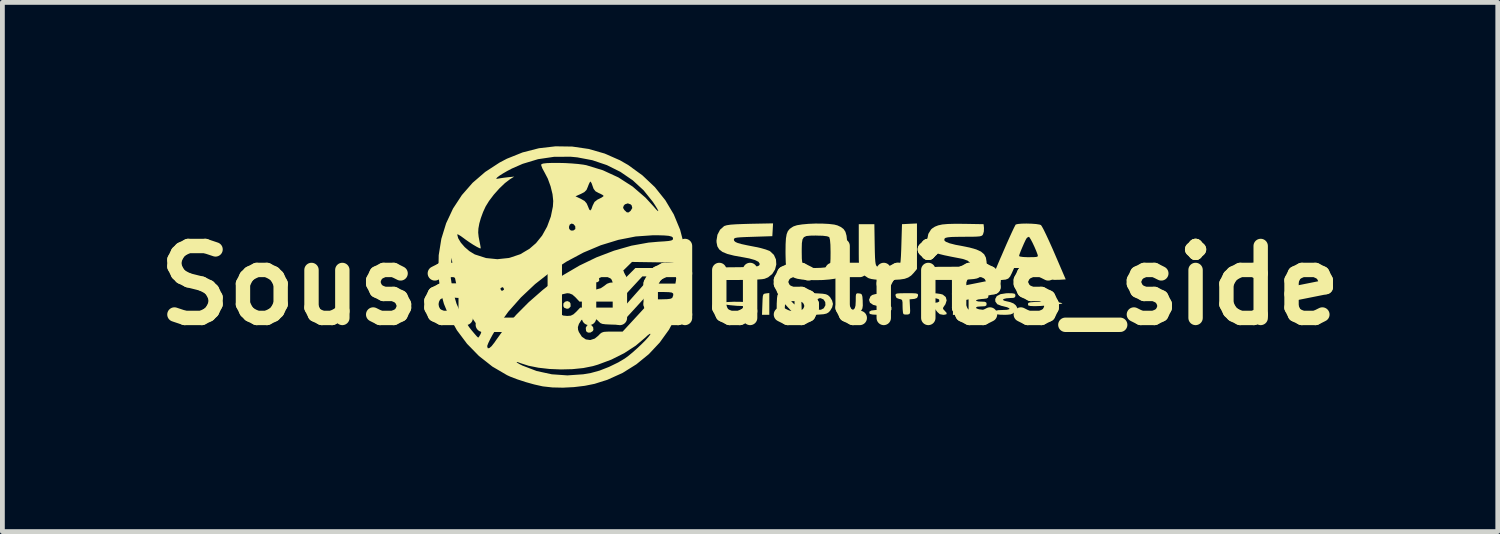
<source format=kicad_pcb>
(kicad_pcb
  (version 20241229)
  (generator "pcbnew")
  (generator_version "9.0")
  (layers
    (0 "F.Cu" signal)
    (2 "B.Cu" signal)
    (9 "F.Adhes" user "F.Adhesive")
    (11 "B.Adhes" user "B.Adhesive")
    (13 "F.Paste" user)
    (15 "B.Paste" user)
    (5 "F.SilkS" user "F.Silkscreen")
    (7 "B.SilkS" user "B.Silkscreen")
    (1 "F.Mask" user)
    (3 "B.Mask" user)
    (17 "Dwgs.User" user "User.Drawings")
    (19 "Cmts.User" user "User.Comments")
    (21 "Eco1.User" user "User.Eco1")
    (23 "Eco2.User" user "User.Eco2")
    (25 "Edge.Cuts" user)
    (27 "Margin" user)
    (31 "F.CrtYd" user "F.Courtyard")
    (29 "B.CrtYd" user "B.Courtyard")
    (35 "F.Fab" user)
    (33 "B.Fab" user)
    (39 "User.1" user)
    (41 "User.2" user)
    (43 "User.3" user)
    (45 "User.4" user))
  (footprint "Sousa_Industries_side"
    (layer "F.Cu")
    (at 12.586 2.899)
    (property "Reference" "Sousa_Industries_side" (at 0 0 0) (layer "F.SilkS") (effects (font (size 1.5 1.5) (thickness 0.3))))
    (attr board_only exclude_from_pos_files exclude_from_bom)
    (fp_poly (pts (xy -3.766 0.344) (xy -3.744 0.377) (xy -3.741 0.439) (xy -3.777 0.479) (xy -3.817 0.488) (xy -3.873 0.467) (xy -3.893 0.434) (xy -3.892 0.378) (xy -3.859 0.341) (xy -3.812 0.327)) (stroke (width 0) (type solid)) (fill yes) (layer "F.SilkS"))
    (fp_poly (pts (xy -3.175 -0.192) (xy -3.147 -0.144) (xy -3.146 -0.094) (xy -3.177 -0.069) (xy -3.216 -0.063) (xy -3.266 -0.074) (xy -3.285 -0.094) (xy -3.284 -0.145) (xy -3.256 -0.192) (xy -3.216 -0.213)) (stroke (width 0) (type solid)) (fill yes) (layer "F.SilkS"))
    (fp_poly (pts (xy -3.307 0.83) (xy -3.272 0.872) (xy -3.266 0.925) (xy -3.28 0.953) (xy -3.327 0.983) (xy -3.38 0.984) (xy -3.417 0.957) (xy -3.419 0.952) (xy -3.426 0.885) (xy -3.399 0.835) (xy -3.361 0.818)) (stroke (width 0) (type solid)) (fill yes) (layer "F.SilkS"))
    (fp_poly (pts (xy 0.4 0.386) (xy 0.4 0.613) (xy 0.324 0.613) (xy 0.248 0.613) (xy 0.256 0.394) (xy 0.26 0.289) (xy 0.265 0.224) (xy 0.276 0.189) (xy 0.296 0.174) (xy 0.327 0.168) (xy 0.332 0.167) (xy 0.4 0.159)) (stroke (width 0) (type solid)) (fill yes) (layer "F.SilkS"))
    (fp_poly (pts (xy -0.216 0.342) (xy -0.188 0.343) (xy -0.077 0.348) (xy -0.008 0.356) (xy 0.027 0.369) (xy 0.038 0.387) (xy 0.038 0.388) (xy 0.014 0.411) (xy -0.051 0.425) (xy -0.149 0.43) (xy -0.272 0.426) (xy -0.414 0.413) (xy -0.488 0.403) (xy -0.688 0.373) (xy -0.551 0.354) (xy -0.459 0.346) (xy -0.34 0.341)) (stroke (width 0) (type solid)) (fill yes) (layer "F.SilkS"))
    (fp_poly (pts (xy 4.374 0.188) (xy 4.388 0.242) (xy 4.392 0.268) (xy 4.4 0.366) (xy 4.401 0.471) (xy 4.4 0.488) (xy 4.392 0.558) (xy 4.375 0.592) (xy 4.338 0.605) (xy 4.309 0.609) (xy 4.227 0.616) (xy 4.234 0.396) (xy 4.238 0.29) (xy 4.244 0.225) (xy 4.255 0.19) (xy 4.274 0.174) (xy 4.305 0.168) (xy 4.309 0.167) (xy 4.351 0.167)) (stroke (width 0) (type solid)) (fill yes) (layer "F.SilkS"))
    (fp_poly (pts (xy 6.257 0.344) (xy 6.361 0.349) (xy 6.441 0.356) (xy 6.469 0.361) (xy 6.505 0.371) (xy 6.504 0.379) (xy 6.462 0.387) (xy 6.399 0.396) (xy 6.213 0.416) (xy 6.055 0.429) (xy 5.929 0.433) (xy 5.841 0.429) (xy 5.797 0.417) (xy 5.794 0.414) (xy 5.794 0.375) (xy 5.809 0.36) (xy 5.848 0.352) (xy 5.924 0.346) (xy 6.026 0.342) (xy 6.141 0.342)) (stroke (width 0) (type solid)) (fill yes) (layer "F.SilkS"))
    (fp_poly (pts (xy 3.377 0.163) (xy 3.447 0.166) (xy 3.485 0.174) (xy 3.499 0.188) (xy 3.5 0.211) (xy 3.499 0.219) (xy 3.48 0.261) (xy 3.431 0.28) (xy 3.407 0.283) (xy 3.324 0.291) (xy 3.332 0.446) (xy 3.336 0.531) (xy 3.332 0.578) (xy 3.316 0.599) (xy 3.284 0.607) (xy 3.277 0.608) (xy 3.223 0.607) (xy 3.196 0.598) (xy 3.186 0.565) (xy 3.18 0.498) (xy 3.178 0.435) (xy 3.177 0.354) (xy 3.169 0.31) (xy 3.148 0.291) (xy 3.109 0.283) (xy 3.053 0.262) (xy 3.032 0.219) (xy 3.031 0.193) (xy 3.041 0.177) (xy 3.072 0.168) (xy 3.133 0.164) (xy 3.233 0.163) (xy 3.266 0.163)) (stroke (width 0) (type solid)) (fill yes) (layer "F.SilkS"))
    (fp_poly (pts (xy 0.995 0.167) (xy 1.028 0.173) (xy 1.048 0.187) (xy 1.06 0.219) (xy 1.066 0.281) (xy 1.07 0.381) (xy 1.071 0.394) (xy 1.078 0.613) (xy 1.005 0.613) (xy 0.947 0.6) (xy 0.885 0.557) (xy 0.83 0.503) (xy 0.728 0.392) (xy 0.721 0.496) (xy 0.712 0.563) (xy 0.692 0.596) (xy 0.651 0.608) (xy 0.644 0.609) (xy 0.585 0.603) (xy 0.562 0.581) (xy 0.556 0.54) (xy 0.554 0.464) (xy 0.555 0.37) (xy 0.556 0.361) (xy 0.561 0.265) (xy 0.569 0.209) (xy 0.583 0.181) (xy 0.609 0.169) (xy 0.623 0.167) (xy 0.67 0.174) (xy 0.73 0.211) (xy 0.804 0.278) (xy 0.926 0.399) (xy 0.926 0.279) (xy 0.928 0.207) (xy 0.938 0.173) (xy 0.964 0.165)) (stroke (width 0) (type solid)) (fill yes) (layer "F.SilkS"))
    (fp_poly (pts (xy 1.417 0.167) (xy 1.517 0.174) (xy 1.581 0.185) (xy 1.624 0.205) (xy 1.66 0.238) (xy 1.667 0.246) (xy 1.708 0.314) (xy 1.727 0.385) (xy 1.727 0.388) (xy 1.71 0.457) (xy 1.669 0.527) (xy 1.667 0.53) (xy 1.631 0.566) (xy 1.59 0.588) (xy 1.531 0.601) (xy 1.439 0.608) (xy 1.417 0.609) (xy 1.226 0.619) (xy 1.226 0.427) (xy 1.379 0.427) (xy 1.386 0.477) (xy 1.386 0.478) (xy 1.42 0.508) (xy 1.475 0.508) (xy 1.53 0.48) (xy 1.537 0.474) (xy 1.57 0.413) (xy 1.566 0.348) (xy 1.531 0.294) (xy 1.472 0.267) (xy 1.442 0.268) (xy 1.402 0.288) (xy 1.383 0.34) (xy 1.381 0.359) (xy 1.379 0.427) (xy 1.226 0.427) (xy 1.226 0.388) (xy 1.226 0.157)) (stroke (width 0) (type solid)) (fill yes) (layer "F.SilkS"))
    (fp_poly (pts (xy 1.97 0.165) (xy 1.992 0.18) (xy 2.001 0.221) (xy 2.002 0.298) (xy 2.005 0.404) (xy 2.019 0.469) (xy 2.046 0.502) (xy 2.091 0.513) (xy 2.102 0.513) (xy 2.151 0.506) (xy 2.181 0.477) (xy 2.197 0.42) (xy 2.202 0.323) (xy 2.202 0.297) (xy 2.203 0.218) (xy 2.211 0.178) (xy 2.232 0.165) (xy 2.271 0.167) (xy 2.309 0.175) (xy 2.33 0.194) (xy 2.341 0.237) (xy 2.347 0.317) (xy 2.347 0.332) (xy 2.349 0.422) (xy 2.341 0.479) (xy 2.319 0.521) (xy 2.292 0.55) (xy 2.239 0.592) (xy 2.174 0.609) (xy 2.109 0.611) (xy 2.03 0.607) (xy 1.968 0.6) (xy 1.952 0.596) (xy 1.9 0.562) (xy 1.869 0.502) (xy 1.854 0.406) (xy 1.852 0.333) (xy 1.852 0.163) (xy 1.927 0.163)) (stroke (width 0) (type solid)) (fill yes) (layer "F.SilkS"))
    (fp_poly (pts (xy 4.761 0.168) (xy 4.863 0.173) (xy 4.924 0.18) (xy 4.956 0.192) (xy 4.967 0.212) (xy 4.967 0.225) (xy 4.96 0.255) (xy 4.931 0.272) (xy 4.867 0.281) (xy 4.836 0.283) (xy 4.753 0.293) (xy 4.712 0.309) (xy 4.714 0.324) (xy 4.763 0.336) (xy 4.817 0.338) (xy 4.888 0.341) (xy 4.921 0.355) (xy 4.93 0.384) (xy 4.93 0.388) (xy 4.923 0.419) (xy 4.893 0.434) (xy 4.827 0.438) (xy 4.815 0.438) (xy 4.739 0.444) (xy 4.708 0.46) (xy 4.719 0.48) (xy 4.77 0.498) (xy 4.85 0.508) (xy 4.928 0.515) (xy 4.967 0.529) (xy 4.979 0.555) (xy 4.98 0.564) (xy 4.976 0.588) (xy 4.956 0.603) (xy 4.912 0.61) (xy 4.834 0.613) (xy 4.767 0.613) (xy 4.554 0.613) (xy 4.554 0.387) (xy 4.554 0.161)) (stroke (width 0) (type solid)) (fill yes) (layer "F.SilkS"))
    (fp_poly (pts (xy 3.886 0.167) (xy 3.97 0.179) (xy 4.016 0.192) (xy 4.078 0.243) (xy 4.097 0.312) (xy 4.072 0.392) (xy 4.058 0.412) (xy 4.025 0.461) (xy 4.021 0.49) (xy 4.047 0.519) (xy 4.055 0.527) (xy 4.097 0.574) (xy 4.093 0.602) (xy 4.042 0.613) (xy 4.023 0.613) (xy 3.954 0.6) (xy 3.902 0.554) (xy 3.891 0.538) (xy 3.842 0.48) (xy 3.804 0.467) (xy 3.783 0.498) (xy 3.779 0.538) (xy 3.773 0.591) (xy 3.743 0.611) (xy 3.704 0.613) (xy 3.629 0.613) (xy 3.629 0.388) (xy 3.629 0.319) (xy 3.783 0.319) (xy 3.789 0.351) (xy 3.83 0.362) (xy 3.85 0.363) (xy 3.91 0.354) (xy 3.943 0.335) (xy 3.941 0.3) (xy 3.926 0.285) (xy 3.868 0.268) (xy 3.814 0.28) (xy 3.784 0.317) (xy 3.783 0.319) (xy 3.629 0.319) (xy 3.629 0.163) (xy 3.79 0.163)) (stroke (width 0) (type solid)) (fill yes) (layer "F.SilkS"))
    (fp_poly (pts (xy 2.87 0.164) (xy 2.895 0.174) (xy 2.902 0.196) (xy 2.903 0.209) (xy 2.897 0.241) (xy 2.872 0.257) (xy 2.815 0.262) (xy 2.776 0.263) (xy 2.696 0.267) (xy 2.661 0.28) (xy 2.659 0.294) (xy 2.689 0.321) (xy 2.73 0.333) (xy 2.834 0.358) (xy 2.907 0.401) (xy 2.946 0.453) (xy 2.946 0.509) (xy 2.904 0.561) (xy 2.863 0.585) (xy 2.804 0.6) (xy 2.723 0.61) (xy 2.636 0.612) (xy 2.557 0.608) (xy 2.503 0.597) (xy 2.49 0.588) (xy 2.484 0.549) (xy 2.525 0.524) (xy 2.614 0.513) (xy 2.644 0.513) (xy 2.728 0.506) (xy 2.77 0.489) (xy 2.768 0.467) (xy 2.72 0.446) (xy 2.676 0.436) (xy 2.565 0.406) (xy 2.499 0.361) (xy 2.479 0.302) (xy 2.507 0.232) (xy 2.511 0.227) (xy 2.545 0.2) (xy 2.608 0.182) (xy 2.709 0.17) (xy 2.723 0.169) (xy 2.816 0.163)) (stroke (width 0) (type solid)) (fill yes) (layer "F.SilkS"))
    (fp_poly (pts (xy 5.468 0.165) (xy 5.512 0.173) (xy 5.528 0.193) (xy 5.53 0.213) (xy 5.523 0.245) (xy 5.49 0.26) (xy 5.424 0.263) (xy 5.343 0.269) (xy 5.289 0.282) (xy 5.269 0.299) (xy 5.289 0.316) (xy 5.319 0.325) (xy 5.423 0.349) (xy 5.49 0.376) (xy 5.533 0.41) (xy 5.549 0.431) (xy 5.569 0.471) (xy 5.561 0.504) (xy 5.521 0.549) (xy 5.478 0.585) (xy 5.429 0.605) (xy 5.358 0.612) (xy 5.298 0.613) (xy 5.213 0.611) (xy 5.149 0.604) (xy 5.122 0.596) (xy 5.106 0.558) (xy 5.105 0.546) (xy 5.122 0.526) (xy 5.176 0.516) (xy 5.255 0.513) (xy 5.353 0.509) (xy 5.403 0.496) (xy 5.404 0.478) (xy 5.356 0.455) (xy 5.261 0.431) (xy 5.238 0.426) (xy 5.153 0.393) (xy 5.112 0.337) (xy 5.109 0.284) (xy 5.142 0.223) (xy 5.219 0.183) (xy 5.339 0.164) (xy 5.387 0.163)) (stroke (width 0) (type solid)) (fill yes) (layer "F.SilkS"))
    (fp_poly (pts (xy 3.478 -0.816) (xy 3.478 -0.342) (xy 3.411 -0.261) (xy 3.356 -0.204) (xy 3.295 -0.164) (xy 3.22 -0.137) (xy 3.12 -0.122) (xy 2.987 -0.115) (xy 2.86 -0.114) (xy 2.713 -0.116) (xy 2.605 -0.122) (xy 2.529 -0.133) (xy 2.473 -0.149) (xy 2.455 -0.158) (xy 2.381 -0.207) (xy 2.32 -0.267) (xy 2.317 -0.271) (xy 2.299 -0.299) (xy 2.285 -0.331) (xy 2.276 -0.375) (xy 2.27 -0.439) (xy 2.266 -0.531) (xy 2.265 -0.658) (xy 2.265 -0.809) (xy 2.265 -1.276) (xy 2.427 -1.276) (xy 2.59 -1.276) (xy 2.597 -0.851) (xy 2.6 -0.692) (xy 2.604 -0.576) (xy 2.61 -0.495) (xy 2.618 -0.443) (xy 2.63 -0.412) (xy 2.645 -0.394) (xy 2.692 -0.378) (xy 2.772 -0.368) (xy 2.87 -0.364) (xy 2.968 -0.365) (xy 3.051 -0.373) (xy 3.102 -0.387) (xy 3.103 -0.387) (xy 3.117 -0.406) (xy 3.129 -0.444) (xy 3.137 -0.509) (xy 3.144 -0.608) (xy 3.15 -0.746) (xy 3.153 -0.844) (xy 3.166 -1.276) (xy 3.322 -1.284) (xy 3.478 -1.291)) (stroke (width 0) (type solid)) (fill yes) (layer "F.SilkS"))
    (fp_poly (pts (xy 0.471 -1.159) (xy 0.463 -1.026) (xy 0.063 -1.013) (xy -0.087 -1.008) (xy -0.194 -1.003) (xy -0.266 -0.997) (xy -0.308 -0.989) (xy -0.33 -0.978) (xy -0.337 -0.962) (xy -0.338 -0.952) (xy -0.331 -0.927) (xy -0.306 -0.905) (xy -0.257 -0.883) (xy -0.178 -0.861) (xy -0.062 -0.836) (xy 0.096 -0.805) (xy 0.112 -0.802) (xy 0.223 -0.778) (xy 0.324 -0.749) (xy 0.399 -0.721) (xy 0.416 -0.712) (xy 0.496 -0.636) (xy 0.539 -0.541) (xy 0.546 -0.436) (xy 0.52 -0.332) (xy 0.462 -0.239) (xy 0.375 -0.168) (xy 0.302 -0.138) (xy 0.248 -0.129) (xy 0.154 -0.122) (xy 0.03 -0.117) (xy -0.112 -0.114) (xy -0.233 -0.113) (xy -0.678 -0.113) (xy -0.671 -0.244) (xy -0.663 -0.375) (xy -0.269 -0.379) (xy -0.104 -0.381) (xy 0.017 -0.384) (xy 0.102 -0.39) (xy 0.156 -0.4) (xy 0.186 -0.414) (xy 0.198 -0.433) (xy 0.2 -0.451) (xy 0.175 -0.491) (xy 0.102 -0.528) (xy -0.018 -0.562) (xy -0.15 -0.587) (xy -0.335 -0.62) (xy -0.476 -0.656) (xy -0.577 -0.698) (xy -0.644 -0.75) (xy -0.683 -0.814) (xy -0.699 -0.895) (xy -0.701 -0.933) (xy -0.681 -1.056) (xy -0.626 -1.161) (xy -0.543 -1.235) (xy -0.532 -1.24) (xy -0.486 -1.254) (xy -0.407 -1.266) (xy -0.29 -1.274) (xy -0.132 -1.28) (xy 0.008 -1.284) (xy 0.478 -1.293)) (stroke (width 0) (type solid)) (fill yes) (layer "F.SilkS"))
    (fp_poly (pts (xy 5.866 -1.286) (xy 5.962 -1.279) (xy 6.033 -1.268) (xy 6.063 -1.257) (xy 6.084 -1.226) (xy 6.122 -1.156) (xy 6.172 -1.053) (xy 6.232 -0.924) (xy 6.298 -0.777) (xy 6.342 -0.676) (xy 6.579 -0.125) (xy 6.45 -0.117) (xy 6.337 -0.115) (xy 6.26 -0.128) (xy 6.208 -0.161) (xy 6.169 -0.221) (xy 6.156 -0.251) (xy 6.108 -0.363) (xy 5.805 -0.363) (xy 5.503 -0.363) (xy 5.454 -0.253) (xy 5.419 -0.184) (xy 5.381 -0.142) (xy 5.327 -0.121) (xy 5.244 -0.113) (xy 5.179 -0.113) (xy 5.097 -0.114) (xy 5.055 -0.12) (xy 5.044 -0.136) (xy 5.052 -0.166) (xy 5.053 -0.169) (xy 5.1 -0.287) (xy 5.156 -0.423) (xy 5.218 -0.569) (xy 5.237 -0.611) (xy 5.606 -0.611) (xy 5.629 -0.601) (xy 5.69 -0.592) (xy 5.778 -0.588) (xy 5.807 -0.588) (xy 5.907 -0.589) (xy 5.966 -0.593) (xy 5.993 -0.602) (xy 5.998 -0.621) (xy 5.992 -0.643) (xy 5.964 -0.718) (xy 5.927 -0.804) (xy 5.887 -0.889) (xy 5.85 -0.959) (xy 5.821 -1.004) (xy 5.81 -1.013) (xy 5.776 -0.996) (xy 5.763 -0.982) (xy 5.741 -0.943) (xy 5.709 -0.875) (xy 5.673 -0.792) (xy 5.639 -0.711) (xy 5.615 -0.646) (xy 5.606 -0.611) (xy 5.237 -0.611) (xy 5.283 -0.718) (xy 5.346 -0.863) (xy 5.406 -0.997) (xy 5.458 -1.111) (xy 5.5 -1.2) (xy 5.528 -1.254) (xy 5.537 -1.269) (xy 5.582 -1.28) (xy 5.662 -1.287) (xy 5.761 -1.289)) (stroke (width 0) (type solid)) (fill yes) (layer "F.SilkS"))
    (fp_poly (pts (xy 4.457 -1.283) (xy 4.459 -1.283) (xy 4.867 -1.276) (xy 4.875 -1.196) (xy 4.872 -1.122) (xy 4.855 -1.065) (xy 4.842 -1.045) (xy 4.82 -1.031) (xy 4.783 -1.022) (xy 4.721 -1.017) (xy 4.628 -1.014) (xy 4.494 -1.014) (xy 4.457 -1.013) (xy 4.304 -1.012) (xy 4.195 -1.009) (xy 4.122 -1.002) (xy 4.077 -0.992) (xy 4.055 -0.978) (xy 4.046 -0.942) (xy 4.079 -0.909) (xy 4.157 -0.878) (xy 4.282 -0.846) (xy 4.392 -0.826) (xy 4.575 -0.789) (xy 4.713 -0.75) (xy 4.812 -0.705) (xy 4.878 -0.649) (xy 4.915 -0.579) (xy 4.929 -0.492) (xy 4.93 -0.463) (xy 4.91 -0.338) (xy 4.853 -0.234) (xy 4.767 -0.162) (xy 4.729 -0.145) (xy 4.666 -0.133) (xy 4.56 -0.124) (xy 4.414 -0.117) (xy 4.235 -0.114) (xy 4.188 -0.114) (xy 3.734 -0.113) (xy 3.725 -0.207) (xy 3.719 -0.272) (xy 3.719 -0.319) (xy 3.731 -0.351) (xy 3.763 -0.371) (xy 3.821 -0.382) (xy 3.912 -0.387) (xy 4.041 -0.388) (xy 4.153 -0.388) (xy 4.312 -0.389) (xy 4.427 -0.391) (xy 4.506 -0.396) (xy 4.555 -0.403) (xy 4.581 -0.415) (xy 4.588 -0.425) (xy 4.584 -0.474) (xy 4.532 -0.517) (xy 4.434 -0.551) (xy 4.386 -0.561) (xy 4.194 -0.598) (xy 4.045 -0.629) (xy 3.933 -0.657) (xy 3.852 -0.686) (xy 3.795 -0.717) (xy 3.757 -0.753) (xy 3.73 -0.797) (xy 3.71 -0.85) (xy 3.693 -0.964) (xy 3.715 -1.074) (xy 3.771 -1.165) (xy 3.795 -1.187) (xy 3.852 -1.224) (xy 3.92 -1.251) (xy 4.006 -1.27) (xy 4.12 -1.28) (xy 4.267 -1.284)) (stroke (width 0) (type solid)) (fill yes) (layer "F.SilkS"))
    (fp_poly (pts (xy 1.508 -1.288) (xy 1.642 -1.281) (xy 1.753 -1.268) (xy 1.819 -1.251) (xy 1.894 -1.216) (xy 1.949 -1.174) (xy 1.987 -1.117) (xy 2.01 -1.035) (xy 2.022 -0.922) (xy 2.027 -0.769) (xy 2.027 -0.719) (xy 2.025 -0.548) (xy 2.016 -0.42) (xy 1.998 -0.326) (xy 1.97 -0.258) (xy 1.927 -0.21) (xy 1.868 -0.172) (xy 1.847 -0.162) (xy 1.767 -0.139) (xy 1.652 -0.123) (xy 1.514 -0.112) (xy 1.366 -0.109) (xy 1.22 -0.112) (xy 1.089 -0.121) (xy 0.985 -0.138) (xy 0.928 -0.156) (xy 0.859 -0.196) (xy 0.809 -0.239) (xy 0.775 -0.295) (xy 0.754 -0.372) (xy 0.743 -0.478) (xy 0.739 -0.622) (xy 0.738 -0.692) (xy 1.076 -0.692) (xy 1.078 -0.558) (xy 1.088 -0.467) (xy 1.112 -0.41) (xy 1.16 -0.378) (xy 1.236 -0.366) (xy 1.349 -0.363) (xy 1.367 -0.363) (xy 1.471 -0.366) (xy 1.56 -0.374) (xy 1.619 -0.385) (xy 1.628 -0.389) (xy 1.649 -0.405) (xy 1.663 -0.432) (xy 1.672 -0.48) (xy 1.676 -0.557) (xy 1.677 -0.674) (xy 1.677 -0.697) (xy 1.674 -0.846) (xy 1.665 -0.949) (xy 1.651 -1.003) (xy 1.647 -1.008) (xy 1.604 -1.024) (xy 1.515 -1.035) (xy 1.386 -1.038) (xy 1.372 -1.039) (xy 1.255 -1.037) (xy 1.173 -1.029) (xy 1.121 -1.005) (xy 1.092 -0.958) (xy 1.079 -0.881) (xy 1.076 -0.765) (xy 1.076 -0.692) (xy 0.738 -0.692) (xy 0.738 -0.697) (xy 0.74 -0.86) (xy 0.747 -0.98) (xy 0.762 -1.068) (xy 0.787 -1.131) (xy 0.826 -1.178) (xy 0.881 -1.216) (xy 0.907 -1.231) (xy 0.977 -1.254) (xy 1.084 -1.271) (xy 1.216 -1.283) (xy 1.362 -1.289)) (stroke (width 0) (type solid)) (fill yes) (layer "F.SilkS"))
    (fp_poly (pts (xy -3.708 -2.894) (xy -3.365 -2.844) (xy -3.031 -2.748) (xy -2.713 -2.608) (xy -2.541 -2.509) (xy -2.244 -2.293) (xy -1.985 -2.048) (xy -1.767 -1.775) (xy -1.591 -1.479) (xy -1.459 -1.16) (xy -1.371 -0.822) (xy -1.33 -0.468) (xy -1.326 -0.334) (xy -1.351 0.001) (xy -1.421 0.325) (xy -1.536 0.633) (xy -1.691 0.923) (xy -1.884 1.191) (xy -2.111 1.433) (xy -2.371 1.645) (xy -2.659 1.825) (xy -2.974 1.967) (xy -3.242 2.052) (xy -3.445 2.093) (xy -3.67 2.12) (xy -3.901 2.132) (xy -4.121 2.127) (xy -4.313 2.106) (xy -4.331 2.103) (xy -4.5 2.065) (xy -4.679 2.015) (xy -4.851 1.959) (xy -5 1.902) (xy -5.067 1.871) (xy -5.373 1.692) (xy -5.494 1.596) (xy -4.869 1.596) (xy -4.856 1.612) (xy -4.806 1.642) (xy -4.745 1.672) (xy -4.449 1.785) (xy -4.135 1.853) (xy -3.809 1.876) (xy -3.478 1.853) (xy -3.32 1.826) (xy -3.138 1.776) (xy -2.941 1.699) (xy -2.748 1.605) (xy -2.615 1.526) (xy -2.541 1.472) (xy -2.453 1.4) (xy -2.36 1.317) (xy -2.268 1.231) (xy -2.186 1.149) (xy -2.123 1.079) (xy -2.084 1.029) (xy -2.077 1.011) (xy -2.093 1.011) (xy -2.134 1.04) (xy -2.183 1.086) (xy -2.385 1.257) (xy -2.625 1.413) (xy -2.892 1.547) (xy -3.173 1.652) (xy -3.278 1.683) (xy -3.478 1.723) (xy -3.704 1.746) (xy -3.943 1.752) (xy -4.184 1.742) (xy -4.413 1.716) (xy -4.618 1.675) (xy -4.777 1.624) (xy -4.844 1.599) (xy -4.869 1.596) (xy -5.494 1.596) (xy -5.652 1.472) (xy -5.85 1.269) (xy -5.48 1.269) (xy -5.469 1.31) (xy -5.438 1.308) (xy -5.389 1.267) (xy -5.327 1.188) (xy -5.298 1.145) (xy -5.108 0.881) (xy -5.098 0.87) (xy -3.59 0.87) (xy -3.586 0.926) (xy -3.569 0.973) (xy -3.507 1.07) (xy -3.425 1.126) (xy -3.332 1.139) (xy -3.237 1.108) (xy -3.167 1.051) (xy -3.127 1.009) (xy -3.091 0.983) (xy -3.047 0.969) (xy -2.98 0.964) (xy -2.877 0.963) (xy -2.872 0.963) (xy -2.657 0.963) (xy -2.348 0.628) (xy -2.04 0.293) (xy -1.836 0.29) (xy -1.729 0.287) (xy -1.663 0.279) (xy -1.628 0.264) (xy -1.617 0.248) (xy -1.601 0.2) (xy -1.605 0.168) (xy -1.634 0.149) (xy -1.696 0.141) (xy -1.798 0.138) (xy -1.846 0.138) (xy -2.09 0.139) (xy -2.402 0.481) (xy -2.715 0.822) (xy -2.912 0.816) (xy -3.013 0.811) (xy -3.078 0.803) (xy -3.12 0.786) (xy -3.154 0.756) (xy -3.169 0.738) (xy -3.253 0.672) (xy -3.346 0.649) (xy -3.439 0.667) (xy -3.519 0.725) (xy -3.568 0.802) (xy -3.59 0.87) (xy -5.098 0.87) (xy -4.877 0.614) (xy -4.687 0.423) (xy -4.053 0.423) (xy -4.025 0.521) (xy -3.97 0.593) (xy -3.895 0.629) (xy -3.812 0.637) (xy -3.738 0.631) (xy -3.682 0.603) (xy -3.625 0.551) (xy -3.542 0.463) (xy -3.091 0.463) (xy -2.64 0.462) (xy -2.419 0.212) (xy -2.197 -0.038) (xy -1.877 -0.038) (xy -1.557 -0.038) (xy -1.546 -0.1) (xy -1.541 -0.151) (xy -1.547 -0.175) (xy -1.575 -0.179) (xy -1.644 -0.183) (xy -1.744 -0.186) (xy -1.866 -0.188) (xy -1.903 -0.188) (xy -2.246 -0.188) (xy -2.489 0.075) (xy -2.733 0.338) (xy -3.145 0.338) (xy -3.557 0.338) (xy -3.639 0.25) (xy -3.704 0.192) (xy -3.766 0.167) (xy -3.815 0.163) (xy -3.914 0.185) (xy -3.991 0.243) (xy -4.04 0.326) (xy -4.053 0.423) (xy -4.687 0.423) (xy -4.613 0.349) (xy -4.324 0.096) (xy -4.229 0.021) (xy -4.024 -0.125) (xy -3.439 -0.125) (xy -3.42 -0.036) (xy -3.37 0.031) (xy -3.296 0.074) (xy -3.207 0.085) (xy -3.113 0.059) (xy -3.044 0.013) (xy -2.983 -0.034) (xy -2.922 -0.056) (xy -2.837 -0.063) (xy -2.824 -0.063) (xy -2.756 -0.064) (xy -2.707 -0.074) (xy -2.661 -0.099) (xy -2.607 -0.146) (xy -2.54 -0.213) (xy -2.391 -0.363) (xy -1.957 -0.363) (xy -1.523 -0.363) (xy -1.531 -0.419) (xy -1.535 -0.439) (xy -1.546 -0.454) (xy -1.57 -0.464) (xy -1.614 -0.471) (xy -1.685 -0.476) (xy -1.79 -0.479) (xy -1.935 -0.481) (xy -2.001 -0.482) (xy -2.462 -0.489) (xy -2.607 -0.346) (xy -2.68 -0.275) (xy -2.732 -0.233) (xy -2.776 -0.213) (xy -2.824 -0.208) (xy -2.87 -0.21) (xy -2.966 -0.226) (xy -3.031 -0.264) (xy -3.044 -0.276) (xy -3.127 -0.335) (xy -3.219 -0.355) (xy -3.309 -0.337) (xy -3.383 -0.283) (xy -3.417 -0.227) (xy -3.439 -0.125) (xy -4.024 -0.125) (xy -3.906 -0.209) (xy -3.56 -0.412) (xy -3.201 -0.585) (xy -2.836 -0.724) (xy -2.473 -0.828) (xy -2.119 -0.892) (xy -1.915 -0.91) (xy -1.786 -0.918) (xy -1.698 -0.926) (xy -1.644 -0.936) (xy -1.616 -0.95) (xy -1.607 -0.968) (xy -1.61 -0.997) (xy -1.638 -1.018) (xy -1.696 -1.033) (xy -1.789 -1.041) (xy -1.922 -1.045) (xy -2.027 -1.045) (xy -2.384 -1.02) (xy -2.747 -0.949) (xy -3.112 -0.837) (xy -3.473 -0.685) (xy -3.825 -0.497) (xy -4.163 -0.277) (xy -4.482 -0.027) (xy -4.776 0.25) (xy -5.041 0.549) (xy -5.271 0.868) (xy -5.368 1.028) (xy -5.418 1.121) (xy -5.457 1.201) (xy -5.478 1.256) (xy -5.48 1.269) (xy -5.85 1.269) (xy -5.9 1.218) (xy -6.112 0.935) (xy -6.282 0.629) (xy -6.383 0.383) (xy -6.45 0.137) (xy -6.488 -0.126) (xy -6.49 -0.153) (xy -6.239 -0.153) (xy -6.199 0.116) (xy -6.119 0.384) (xy -6.005 0.638) (xy -5.858 0.869) (xy -5.812 0.928) (xy -5.75 1.002) (xy -5.701 1.058) (xy -5.672 1.086) (xy -5.668 1.089) (xy -5.65 1.069) (xy -5.622 1.022) (xy -5.622 1.022) (xy -5.606 0.984) (xy -5.606 0.95) (xy -5.628 0.908) (xy -5.676 0.845) (xy -5.694 0.823) (xy -5.878 0.558) (xy -6.024 0.264) (xy -6.087 0.075) (xy -5.205 0.075) (xy -5.185 0.108) (xy -5.168 0.113) (xy -5.134 0.093) (xy -5.13 0.075) (xy -5.15 0.042) (xy -5.168 0.038) (xy -5.201 0.058) (xy -5.205 0.075) (xy -6.087 0.075) (xy -6.131 -0.055) (xy -6.188 -0.338) (xy -6.222 -0.576) (xy -6.238 -0.413) (xy -6.239 -0.153) (xy -6.49 -0.153) (xy -6.498 -0.275) (xy -6.491 -0.63) (xy -6.436 -0.972) (xy -6.408 -1.063) (xy -6.106 -1.063) (xy -6.085 -0.983) (xy -6.03 -0.891) (xy -5.949 -0.798) (xy -5.853 -0.715) (xy -5.751 -0.652) (xy -5.734 -0.644) (xy -5.504 -0.57) (xy -5.269 -0.546) (xy -5.033 -0.571) (xy -5.007 -0.577) (xy -4.79 -0.65) (xy -4.598 -0.764) (xy -4.463 -0.881) (xy -4.336 -1.038) (xy -4.235 -1.219) (xy -3.776 -1.219) (xy -3.77 -1.176) (xy -3.736 -1.144) (xy -3.687 -1.143) (xy -3.648 -1.17) (xy -3.643 -1.179) (xy -3.645 -1.233) (xy -3.681 -1.276) (xy -3.72 -1.289) (xy -3.759 -1.268) (xy -3.776 -1.219) (xy -4.235 -1.219) (xy -4.231 -1.227) (xy -4.154 -1.434) (xy -4.111 -1.644) (xy -4.104 -1.758) (xy -4.114 -1.857) (xy -3.64 -1.857) (xy -3.528 -1.804) (xy -3.451 -1.76) (xy -3.406 -1.707) (xy -3.379 -1.645) (xy -3.353 -1.581) (xy -3.331 -1.562) (xy -3.308 -1.59) (xy -3.299 -1.616) (xy -2.648 -1.616) (xy -2.62 -1.569) (xy -2.616 -1.566) (xy -2.57 -1.523) (xy -2.533 -1.521) (xy -2.492 -1.553) (xy -2.456 -1.613) (xy -2.469 -1.667) (xy -2.489 -1.688) (xy -2.549 -1.71) (xy -2.609 -1.69) (xy -2.636 -1.659) (xy -2.648 -1.616) (xy -3.299 -1.616) (xy -3.281 -1.666) (xy -3.28 -1.667) (xy -3.244 -1.739) (xy -3.182 -1.788) (xy -3.152 -1.802) (xy -3.092 -1.833) (xy -3.057 -1.859) (xy -3.053 -1.865) (xy -3.074 -1.885) (xy -3.127 -1.913) (xy -3.152 -1.923) (xy -3.222 -1.961) (xy -3.262 -2.012) (xy -3.281 -2.064) (xy -3.303 -2.126) (xy -3.323 -2.161) (xy -3.328 -2.165) (xy -3.346 -2.143) (xy -3.37 -2.089) (xy -3.38 -2.061) (xy -3.41 -1.99) (xy -3.456 -1.944) (xy -3.527 -1.907) (xy -3.64 -1.857) (xy -4.114 -1.857) (xy -4.119 -1.902) (xy -4.159 -2.065) (xy -4.217 -2.225) (xy -4.279 -2.344) (xy -4.33 -2.438) (xy -4.354 -2.501) (xy -4.351 -2.527) (xy -4.313 -2.54) (xy -4.235 -2.549) (xy -4.126 -2.553) (xy -3.998 -2.553) (xy -3.858 -2.55) (xy -3.719 -2.542) (xy -3.588 -2.531) (xy -3.477 -2.517) (xy -3.416 -2.506) (xy -3.069 -2.4) (xy -2.746 -2.251) (xy -2.449 -2.06) (xy -2.18 -1.828) (xy -2.018 -1.652) (xy -1.955 -1.579) (xy -1.92 -1.547) (xy -1.914 -1.554) (xy -1.936 -1.598) (xy -1.986 -1.679) (xy -2.031 -1.746) (xy -2.22 -1.982) (xy -2.446 -2.19) (xy -2.703 -2.366) (xy -2.985 -2.507) (xy -3.287 -2.609) (xy -3.603 -2.669) (xy -3.741 -2.682) (xy -4.088 -2.68) (xy -4.42 -2.631) (xy -4.741 -2.534) (xy -4.967 -2.435) (xy -5.064 -2.384) (xy -5.152 -2.333) (xy -5.224 -2.287) (xy -5.273 -2.25) (xy -5.293 -2.226) (xy -5.278 -2.221) (xy -5.268 -2.223) (xy -5.216 -2.232) (xy -5.135 -2.244) (xy -5.067 -2.252) (xy -4.917 -2.268) (xy -5.005 -2.213) (xy -5.111 -2.132) (xy -5.228 -2.02) (xy -5.343 -1.891) (xy -5.443 -1.759) (xy -5.513 -1.645) (xy -5.566 -1.53) (xy -5.613 -1.402) (xy -5.645 -1.289) (xy -5.645 -1.289) (xy -5.664 -1.184) (xy -5.668 -1.1) (xy -5.659 -1.013) (xy -5.646 -0.945) (xy -5.629 -0.86) (xy -5.618 -0.798) (xy -5.616 -0.77) (xy -5.616 -0.77) (xy -5.642 -0.776) (xy -5.697 -0.804) (xy -5.773 -0.848) (xy -5.857 -0.903) (xy -5.94 -0.961) (xy -5.962 -0.978) (xy -6.031 -1.028) (xy -6.082 -1.059) (xy -6.106 -1.064) (xy -6.106 -1.063) (xy -6.408 -1.063) (xy -6.336 -1.296) (xy -6.193 -1.601) (xy -6.008 -1.883) (xy -5.784 -2.139) (xy -5.522 -2.365) (xy -5.223 -2.56) (xy -5.071 -2.64) (xy -4.742 -2.772) (xy -4.402 -2.859) (xy -4.056 -2.899)) (stroke (width 0) (type solid)) (fill yes) (layer "F.SilkS")))
  (gr_rect
    (start -3 -3)
    (end 28.171 8.031)
    (stroke (width 0.1) (type default))
    (fill no)
    (layer "Edge.Cuts")))
</source>
